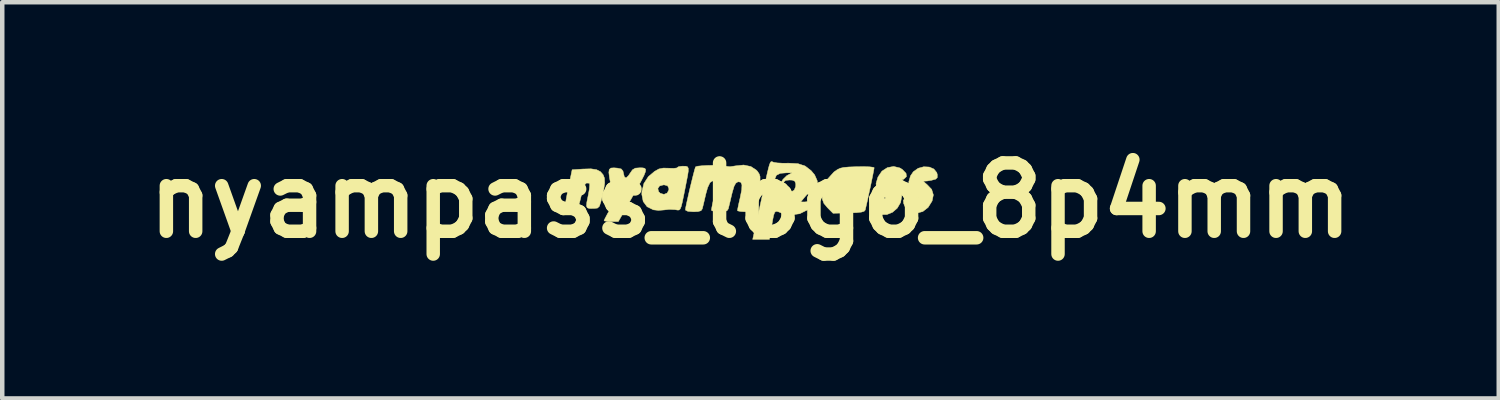
<source format=kicad_pcb>
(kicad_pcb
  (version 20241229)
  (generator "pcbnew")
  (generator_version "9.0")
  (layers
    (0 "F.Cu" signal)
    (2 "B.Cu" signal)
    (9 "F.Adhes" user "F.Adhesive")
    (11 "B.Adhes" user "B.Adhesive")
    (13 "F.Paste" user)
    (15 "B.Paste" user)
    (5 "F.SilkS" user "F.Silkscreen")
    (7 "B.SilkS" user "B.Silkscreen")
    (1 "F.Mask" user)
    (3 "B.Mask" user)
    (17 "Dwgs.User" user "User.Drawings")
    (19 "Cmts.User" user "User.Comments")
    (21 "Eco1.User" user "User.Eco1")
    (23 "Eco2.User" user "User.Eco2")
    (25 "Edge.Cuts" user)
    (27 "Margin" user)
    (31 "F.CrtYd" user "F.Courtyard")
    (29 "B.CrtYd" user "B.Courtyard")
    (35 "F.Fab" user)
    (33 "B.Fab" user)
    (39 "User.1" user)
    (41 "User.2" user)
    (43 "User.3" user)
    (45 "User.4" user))
  (footprint "nyampass_logo_8p4mm"
    (layer "F.Cu")
    (at 13.687 1.418)
    (property "Reference" "nyampass_logo_8p4mm" (at 0 0 0) (layer "F.SilkS") (effects (font (size 1.524 1.524) (thickness 0.3))))
    (attr through_hole)
    (fp_poly (pts (xy -2.401 -0.724) (xy -2.358 -0.714) (xy -2.338 -0.689) (xy -2.343 -0.639) (xy -2.375 -0.557) (xy -2.437 -0.435) (xy -2.53 -0.266) (xy -2.649 -0.053) (xy -2.947 0.472) (xy -3.106 0.472) (xy -3.202 0.468) (xy -3.259 0.458) (xy -3.266 0.453) (xy -3.249 0.414) (xy -3.206 0.331) (xy -3.152 0.233) (xy -3.039 0.032) (xy -3.111 -0.332) (xy -3.145 -0.507) (xy -3.159 -0.622) (xy -3.15 -0.689) (xy -3.114 -0.72) (xy -3.046 -0.725) (xy -2.97 -0.719) (xy -2.882 -0.7) (xy -2.844 -0.653) (xy -2.836 -0.617) (xy -2.813 -0.523) (xy -2.775 -0.5) (xy -2.723 -0.548) (xy -2.691 -0.596) (xy -2.632 -0.681) (xy -2.569 -0.718) (xy -2.467 -0.726) (xy -2.464 -0.726) (xy -2.401 -0.724)) (stroke (width 0.01) (type solid)) (fill yes) (layer "F.SilkS"))
    (fp_poly (pts (xy 3.33 -0.723) (xy 3.388 -0.687) (xy 3.469 -0.602) (xy 3.478 -0.53) (xy 3.417 -0.472) (xy 3.322 -0.436) (xy 3.161 -0.391) (xy 3.268 -0.301) (xy 3.353 -0.199) (xy 3.375 -0.104) (xy 3.347 0.048) (xy 3.273 0.174) (xy 3.167 0.266) (xy 3.043 0.316) (xy 2.915 0.316) (xy 2.797 0.258) (xy 2.774 0.238) (xy 2.699 0.137) (xy 2.694 0.056) (xy 2.759 -0.008) (xy 2.813 -0.032) (xy 2.876 -0.054) (xy 2.975 -0.054) (xy 2.994 -0.036) (xy 3.012 -0.054) (xy 2.994 -0.073) (xy 2.975 -0.054) (xy 2.876 -0.054) (xy 2.94 -0.078) (xy 2.867 -0.171) (xy 2.809 -0.271) (xy 2.8 -0.376) (xy 2.839 -0.509) (xy 2.846 -0.525) (xy 2.931 -0.651) (xy 3.053 -0.73) (xy 3.192 -0.756) (xy 3.33 -0.723)) (stroke (width 0.01) (type solid)) (fill yes) (layer "F.SilkS"))
    (fp_poly (pts (xy -3.433 -0.684) (xy -3.345 -0.639) (xy -3.286 -0.57) (xy -3.257 -0.496) (xy -3.252 -0.389) (xy -3.273 -0.24) (xy -3.319 -0.038) (xy -3.34 0.042) (xy -3.37 0.132) (xy -3.412 0.172) (xy -3.493 0.181) (xy -3.521 0.181) (xy -3.597 0.18) (xy -3.641 0.165) (xy -3.657 0.124) (xy -3.65 0.043) (xy -3.623 -0.092) (xy -3.614 -0.137) (xy -3.593 -0.256) (xy -3.586 -0.345) (xy -3.593 -0.382) (xy -3.658 -0.387) (xy -3.714 -0.332) (xy -3.75 -0.23) (xy -3.751 -0.225) (xy -3.777 -0.093) (xy -3.81 0.041) (xy -3.811 0.045) (xy -3.842 0.134) (xy -3.886 0.172) (xy -3.969 0.181) (xy -3.993 0.181) (xy -4.095 0.171) (xy -4.136 0.141) (xy -4.137 0.136) (xy -4.13 0.084) (xy -4.111 -0.023) (xy -4.084 -0.167) (xy -4.058 -0.296) (xy -3.978 -0.682) (xy -3.74 -0.698) (xy -3.559 -0.703) (xy -3.433 -0.684)) (stroke (width 0.01) (type solid)) (fill yes) (layer "F.SilkS"))
    (fp_poly (pts (xy 3.986 -0.743) (xy 4.089 -0.699) (xy 4.154 -0.619) (xy 4.166 -0.573) (xy 4.165 -0.508) (xy 4.13 -0.473) (xy 4.041 -0.449) (xy 4.039 -0.448) (xy 3.941 -0.432) (xy 3.872 -0.428) (xy 3.864 -0.429) (xy 3.865 -0.415) (xy 3.913 -0.372) (xy 3.931 -0.358) (xy 4.04 -0.245) (xy 4.078 -0.121) (xy 4.05 0.014) (xy 3.961 0.157) (xy 3.843 0.249) (xy 3.709 0.284) (xy 3.574 0.257) (xy 3.506 0.215) (xy 3.45 0.149) (xy 3.416 0.07) (xy 3.408 0.001) (xy 3.434 -0.035) (xy 3.445 -0.036) (xy 3.501 -0.048) (xy 3.52 -0.054) (xy 3.701 -0.054) (xy 3.719 -0.036) (xy 3.737 -0.054) (xy 3.719 -0.073) (xy 3.701 -0.054) (xy 3.52 -0.054) (xy 3.572 -0.072) (xy 3.666 -0.108) (xy 3.589 -0.185) (xy 3.536 -0.285) (xy 3.53 -0.413) (xy 3.568 -0.545) (xy 3.631 -0.638) (xy 3.739 -0.715) (xy 3.863 -0.749) (xy 3.986 -0.743)) (stroke (width 0.01) (type solid)) (fill yes) (layer "F.SilkS"))
    (fp_poly (pts (xy 2.661 -0.747) (xy 2.739 -0.737) (xy 2.758 -0.728) (xy 2.75 -0.682) (xy 2.731 -0.582) (xy 2.703 -0.444) (xy 2.67 -0.287) (xy 2.635 -0.126) (xy 2.603 0.022) (xy 2.576 0.14) (xy 2.559 0.212) (xy 2.557 0.218) (xy 2.533 0.244) (xy 2.473 0.262) (xy 2.364 0.274) (xy 2.195 0.28) (xy 2.191 0.28) (xy 1.841 0.288) (xy 1.719 0.166) (xy 1.637 0.068) (xy 1.602 -0.025) (xy 1.597 -0.096) (xy 1.612 -0.181) (xy 2.014 -0.181) (xy 2.054 -0.124) (xy 2.135 -0.116) (xy 2.205 -0.137) (xy 2.23 -0.192) (xy 2.232 -0.236) (xy 2.218 -0.319) (xy 2.169 -0.353) (xy 2.156 -0.356) (xy 2.068 -0.338) (xy 2.015 -0.272) (xy 2.014 -0.181) (xy 1.612 -0.181) (xy 1.632 -0.293) (xy 1.723 -0.479) (xy 1.858 -0.629) (xy 1.869 -0.638) (xy 1.936 -0.685) (xy 2 -0.716) (xy 2.08 -0.734) (xy 2.193 -0.744) (xy 2.359 -0.75) (xy 2.381 -0.751) (xy 2.537 -0.752) (xy 2.661 -0.747)) (stroke (width 0.01) (type solid)) (fill yes) (layer "F.SilkS"))
    (fp_poly (pts (xy -1.446 -0.761) (xy -1.407 -0.75) (xy -1.388 -0.718) (xy -1.387 -0.653) (xy -1.404 -0.544) (xy -1.436 -0.38) (xy -1.451 -0.303) (xy -1.492 -0.098) (xy -1.522 0.046) (xy -1.546 0.139) (xy -1.568 0.192) (xy -1.593 0.215) (xy -1.626 0.217) (xy -1.671 0.209) (xy -1.685 0.207) (xy -1.811 0.201) (xy -1.928 0.214) (xy -2.052 0.224) (xy -2.166 0.211) (xy -2.306 0.142) (xy -2.393 0.025) (xy -2.424 -0.134) (xy -2.422 -0.193) (xy -2.405 -0.263) (xy -2.067 -0.263) (xy -2.048 -0.192) (xy -2.013 -0.158) (xy -1.931 -0.133) (xy -1.859 -0.162) (xy -1.821 -0.231) (xy -1.821 -0.266) (xy -1.848 -0.324) (xy -1.918 -0.344) (xy -1.941 -0.345) (xy -2.029 -0.321) (xy -2.067 -0.263) (xy -2.405 -0.263) (xy -2.377 -0.377) (xy -2.278 -0.529) (xy -2.138 -0.647) (xy -2.043 -0.7) (xy -1.945 -0.72) (xy -1.823 -0.717) (xy -1.717 -0.714) (xy -1.648 -0.721) (xy -1.633 -0.732) (xy -1.601 -0.752) (xy -1.522 -0.762) (xy -1.506 -0.762) (xy -1.446 -0.761)) (stroke (width 0.01) (type solid)) (fill yes) (layer "F.SilkS"))
    (fp_poly (pts (xy 0.009 -0.754) (xy 0.134 -0.671) (xy 0.158 -0.644) (xy 0.195 -0.587) (xy 0.213 -0.532) (xy 0.213 -0.456) (xy 0.197 -0.338) (xy 0.187 -0.277) (xy 0.159 -0.124) (xy 0.13 0.019) (xy 0.106 0.122) (xy 0.08 0.2) (xy 0.045 0.239) (xy -0.023 0.253) (xy -0.111 0.254) (xy -0.214 0.249) (xy -0.279 0.236) (xy -0.291 0.227) (xy -0.283 0.18) (xy -0.263 0.083) (xy -0.234 -0.044) (xy -0.231 -0.059) (xy -0.196 -0.233) (xy -0.191 -0.345) (xy -0.215 -0.404) (xy -0.269 -0.414) (xy -0.285 -0.411) (xy -0.329 -0.382) (xy -0.367 -0.312) (xy -0.404 -0.187) (xy -0.418 -0.133) (xy -0.45 0.004) (xy -0.478 0.119) (xy -0.495 0.188) (xy -0.496 0.191) (xy -0.524 0.231) (xy -0.591 0.25) (xy -0.692 0.254) (xy -0.795 0.248) (xy -0.859 0.231) (xy -0.871 0.219) (xy -0.864 0.168) (xy -0.844 0.067) (xy -0.816 -0.064) (xy -0.811 -0.091) (xy -0.78 -0.249) (xy -0.772 -0.349) (xy -0.786 -0.401) (xy -0.79 -0.405) (xy -0.85 -0.434) (xy -0.904 -0.395) (xy -0.956 -0.285) (xy -0.997 -0.139) (xy -1.029 -0.001) (xy -1.057 0.116) (xy -1.075 0.187) (xy -1.076 0.191) (xy -1.104 0.231) (xy -1.172 0.25) (xy -1.272 0.254) (xy -1.396 0.245) (xy -1.449 0.218) (xy -1.451 0.209) (xy -1.443 0.153) (xy -1.421 0.047) (xy -1.39 -0.093) (xy -1.354 -0.251) (xy -1.315 -0.411) (xy -1.279 -0.556) (xy -1.249 -0.67) (xy -1.229 -0.737) (xy -1.225 -0.747) (xy -1.176 -0.762) (xy -1.076 -0.772) (xy -0.946 -0.779) (xy -0.807 -0.781) (xy -0.682 -0.778) (xy -0.591 -0.769) (xy -0.566 -0.763) (xy -0.459 -0.75) (xy -0.333 -0.769) (xy -0.152 -0.788) (xy 0.009 -0.754)) (stroke (width 0.01) (type solid)) (fill yes) (layer "F.SilkS"))
    (fp_poly (pts (xy 0.495 -0.857) (xy 0.518 -0.848) (xy 0.595 -0.835) (xy 0.717 -0.828) (xy 0.855 -0.829) (xy 1.059 -0.818) (xy 1.219 -0.765) (xy 1.352 -0.662) (xy 1.43 -0.569) (xy 1.486 -0.443) (xy 1.509 -0.283) (xy 1.498 -0.118) (xy 1.454 0.022) (xy 1.431 0.059) (xy 1.279 0.208) (xy 1.098 0.298) (xy 0.901 0.326) (xy 0.702 0.287) (xy 0.682 0.279) (xy 0.615 0.252) (xy 0.569 0.245) (xy 0.539 0.269) (xy 0.515 0.335) (xy 0.492 0.453) (xy 0.468 0.593) (xy 0.421 0.871) (xy 0.049 0.871) (xy 0.22 0.09) (xy 0.232 0.036) (xy 1.119 0.036) (xy 1.211 0.036) (xy 1.285 0.027) (xy 1.317 0.009) (xy 1.319 -0.044) (xy 1.31 -0.094) (xy 1.292 -0.14) (xy 1.267 -0.138) (xy 1.218 -0.084) (xy 1.204 -0.067) (xy 1.119 0.036) (xy 0.232 0.036) (xy 0.283 -0.198) (xy 0.333 -0.423) (xy 0.345 -0.476) (xy 0.543 -0.476) (xy 0.557 -0.342) (xy 0.569 -0.292) (xy 0.586 -0.242) (xy 0.604 -0.242) (xy 0.634 -0.299) (xy 0.655 -0.349) (xy 0.732 -0.349) (xy 0.748 -0.252) (xy 0.807 -0.192) (xy 0.888 -0.179) (xy 0.968 -0.223) (xy 0.978 -0.234) (xy 1.008 -0.31) (xy 1.01 -0.37) (xy 0.988 -0.428) (xy 0.932 -0.451) (xy 0.871 -0.454) (xy 0.784 -0.446) (xy 0.745 -0.412) (xy 0.732 -0.349) (xy 0.655 -0.349) (xy 0.657 -0.353) (xy 0.724 -0.467) (xy 0.808 -0.55) (xy 0.823 -0.558) (xy 0.925 -0.614) (xy 0.816 -0.615) (xy 0.666 -0.603) (xy 0.577 -0.56) (xy 0.543 -0.476) (xy 0.345 -0.476) (xy 0.371 -0.592) (xy 0.4 -0.713) (xy 0.422 -0.793) (xy 0.441 -0.84) (xy 0.457 -0.861) (xy 0.475 -0.865) (xy 0.495 -0.857)) (stroke (width 0.01) (type solid)) (fill yes) (layer "F.SilkS")))
  (gr_rect
    (start -3 -3)
    (end 30.374 5.836)
    (stroke (width 0.1) (type default))
    (fill no)
    (layer "Edge.Cuts")))
</source>
